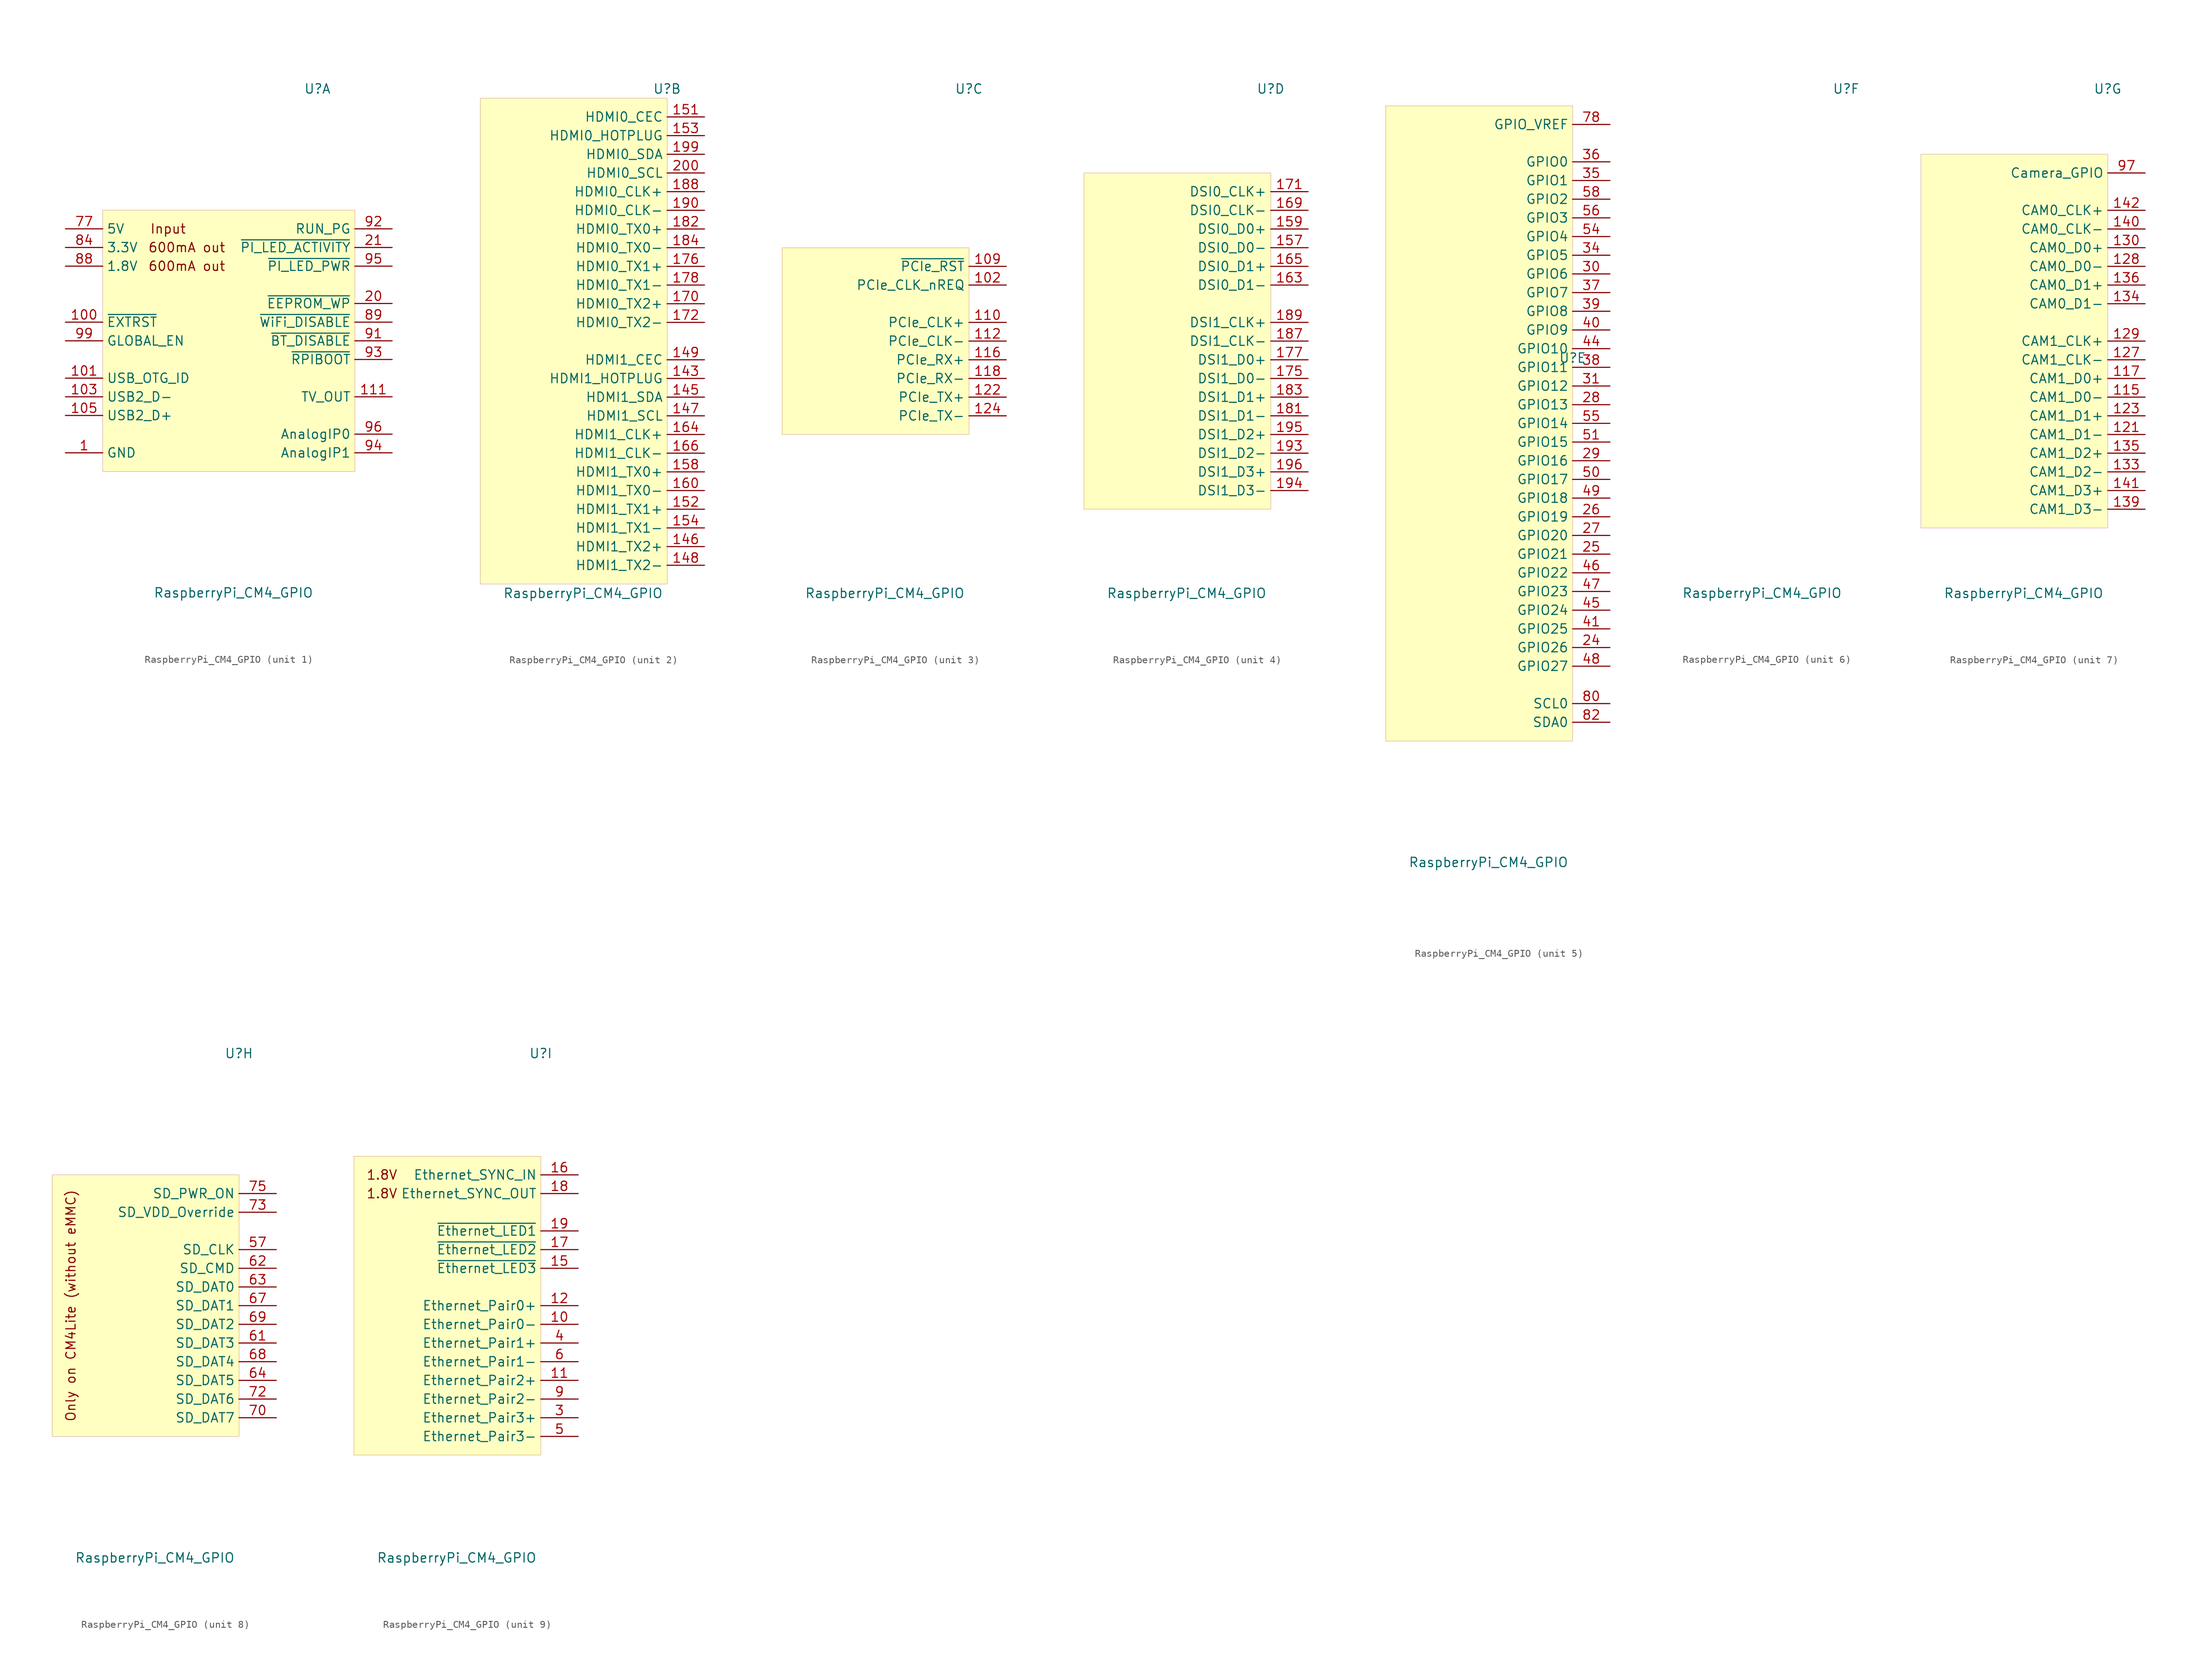
<source format=kicad_sym>
(kicad_symbol_lib
  (version 20201005)
  (generator kicad_symbol_editor)
  (symbol "MCU_Module_Extra:RaspberryPi_CM4_GPIO"
    (property "Reference" "U"
      (at 12.7 34.29 0)
      (effects (font (size 1.27 1.27))))
    (property "Value" "RaspberryPi_CM4_GPIO"
      (at 1.27 -34.29 0)
      (effects (font (size 1.27 1.27))))
    (property "ki_locked" ""
      (at 0 0 0)
      (effects (font (size 1.27 1.27))))
    (symbol "RaspberryPi_CM4_GPIO_1_0"
      (text "600mA out" (at -5.08 10.16 0) (effects (font (size 1.27 1.27))))
      (text "600mA out" (at -5.08 12.7 0) (effects (font (size 1.27 1.27))))
      (text "Input" (at -7.62 15.24 0) (effects (font (size 1.27 1.27))))
      (rectangle (start -16.51 17.78) (end 17.78 -17.78) (stroke (width 0.001)) (fill (type background))))
    (symbol "RaspberryPi_CM4_GPIO_1_1"
      (pin power_in line (at -21.59 -15.24 0) (length 5.08) (name "GND" (effects (font (size 1.27 1.27)))) (number "1" (effects (font (size 1.27 1.27)))))
      (pin output line (at -21.59 2.54 0) (length 5.08) (name "~EXTRST~" (effects (font (size 1.27 1.27)))) (number "100" (effects (font (size 1.27 1.27)))))
      (pin passive line (at -21.59 -15.24 0) (length 5.08) hide (name "GND" (effects (font (size 1.27 1.27)))) (number "13" (effects (font (size 1.27 1.27)))))
      (pin passive line (at -21.59 -15.24 0) (length 5.08) hide (name "GND" (effects (font (size 1.27 1.27)))) (number "14" (effects (font (size 1.27 1.27)))))
      (pin passive line (at -21.59 -15.24 0) (length 5.08) hide (name "GND" (effects (font (size 1.27 1.27)))) (number "2" (effects (font (size 1.27 1.27)))))
      (pin bidirectional line (at 22.86 5.08 180) (length 5.08) (name "~EEPROM_WP~" (effects (font (size 1.27 1.27)))) (number "20" (effects (font (size 1.27 1.27)))))
      (pin open_collector line (at 22.86 12.7 180) (length 5.08) (name "~PI_LED_ACTIVITY~" (effects (font (size 1.27 1.27)))) (number "21" (effects (font (size 1.27 1.27)))))
      (pin passive line (at -21.59 -15.24 0) (length 5.08) hide (name "GND" (effects (font (size 1.27 1.27)))) (number "22" (effects (font (size 1.27 1.27)))))
      (pin passive line (at -21.59 -15.24 0) (length 5.08) hide (name "GND" (effects (font (size 1.27 1.27)))) (number "23" (effects (font (size 1.27 1.27)))))
      (pin passive line (at -21.59 -15.24 0) (length 5.08) hide (name "GND" (effects (font (size 1.27 1.27)))) (number "32" (effects (font (size 1.27 1.27)))))
      (pin passive line (at -21.59 -15.24 0) (length 5.08) hide (name "GND" (effects (font (size 1.27 1.27)))) (number "33" (effects (font (size 1.27 1.27)))))
      (pin passive line (at -21.59 -15.24 0) (length 5.08) hide (name "GND" (effects (font (size 1.27 1.27)))) (number "42" (effects (font (size 1.27 1.27)))))
      (pin passive line (at -21.59 -15.24 0) (length 5.08) hide (name "GND" (effects (font (size 1.27 1.27)))) (number "43" (effects (font (size 1.27 1.27)))))
      (pin passive line (at -21.59 -15.24 0) (length 5.08) hide (name "GND" (effects (font (size 1.27 1.27)))) (number "52" (effects (font (size 1.27 1.27)))))
      (pin passive line (at -21.59 -15.24 0) (length 5.08) hide (name "GND" (effects (font (size 1.27 1.27)))) (number "53" (effects (font (size 1.27 1.27)))))
      (pin passive line (at -21.59 -15.24 0) (length 5.08) hide (name "GND" (effects (font (size 1.27 1.27)))) (number "59" (effects (font (size 1.27 1.27)))))
      (pin passive line (at -21.59 -15.24 0) (length 5.08) hide (name "GND" (effects (font (size 1.27 1.27)))) (number "60" (effects (font (size 1.27 1.27)))))
      (pin passive line (at -21.59 -15.24 0) (length 5.08) hide (name "GND" (effects (font (size 1.27 1.27)))) (number "65" (effects (font (size 1.27 1.27)))))
      (pin passive line (at -21.59 -15.24 0) (length 5.08) hide (name "GND" (effects (font (size 1.27 1.27)))) (number "66" (effects (font (size 1.27 1.27)))))
      (pin passive line (at -21.59 -15.24 0) (length 5.08) hide (name "GND" (effects (font (size 1.27 1.27)))) (number "7" (effects (font (size 1.27 1.27)))))
      (pin passive line (at -21.59 -15.24 0) (length 5.08) hide (name "GND" (effects (font (size 1.27 1.27)))) (number "71" (effects (font (size 1.27 1.27)))))
      (pin passive line (at -21.59 -15.24 0) (length 5.08) hide (name "GND" (effects (font (size 1.27 1.27)))) (number "74" (effects (font (size 1.27 1.27)))))
      (pin no_connect line (at -1.27 -10.16 0) (length 5.08) hide (name "Reserved" (effects (font (size 1.27 1.27)))) (number "76" (effects (font (size 1.27 1.27)))))
      (pin power_in line (at -21.59 15.24 0) (length 5.08) (name "5V" (effects (font (size 1.27 1.27)))) (number "77" (effects (font (size 1.27 1.27)))))
      (pin passive line (at -21.59 15.24 0) (length 5.08) hide (name "5V" (effects (font (size 1.27 1.27)))) (number "79" (effects (font (size 1.27 1.27)))))
      (pin passive line (at -21.59 -15.24 0) (length 5.08) hide (name "GND" (effects (font (size 1.27 1.27)))) (number "8" (effects (font (size 1.27 1.27)))))
      (pin passive line (at -21.59 15.24 0) (length 5.08) hide (name "5V" (effects (font (size 1.27 1.27)))) (number "81" (effects (font (size 1.27 1.27)))))
      (pin passive line (at -21.59 15.24 0) (length 5.08) hide (name "5V" (effects (font (size 1.27 1.27)))) (number "83" (effects (font (size 1.27 1.27)))))
      (pin power_out line (at -21.59 12.7 0) (length 5.08) (name "3.3V" (effects (font (size 1.27 1.27)))) (number "84" (effects (font (size 1.27 1.27)))))
      (pin passive line (at -21.59 15.24 0) (length 5.08) hide (name "5V" (effects (font (size 1.27 1.27)))) (number "85" (effects (font (size 1.27 1.27)))))
      (pin passive line (at -21.59 12.7 0) (length 5.08) hide (name "3.3V" (effects (font (size 1.27 1.27)))) (number "86" (effects (font (size 1.27 1.27)))))
      (pin passive line (at -21.59 15.24 0) (length 5.08) hide (name "5V" (effects (font (size 1.27 1.27)))) (number "87" (effects (font (size 1.27 1.27)))))
      (pin power_out line (at -21.59 10.16 0) (length 5.08) (name "1.8V" (effects (font (size 1.27 1.27)))) (number "88" (effects (font (size 1.27 1.27)))))
      (pin power_in line (at 22.86 2.54 180) (length 5.08) (name "~WiFi_DISABLE~" (effects (font (size 1.27 1.27)))) (number "89" (effects (font (size 1.27 1.27)))))
      (pin passive line (at -21.59 10.16 0) (length 5.08) hide (name "1.8V" (effects (font (size 1.27 1.27)))) (number "90" (effects (font (size 1.27 1.27)))))
      (pin input line (at 22.86 0 180) (length 5.08) (name "~BT_DISABLE~" (effects (font (size 1.27 1.27)))) (number "91" (effects (font (size 1.27 1.27)))))
      (pin bidirectional line (at 22.86 15.24 180) (length 5.08) (name "RUN_PG" (effects (font (size 1.27 1.27)))) (number "92" (effects (font (size 1.27 1.27)))))
      (pin input line (at 22.86 -2.54 180) (length 5.08) (name "~RPIBOOT~" (effects (font (size 1.27 1.27)))) (number "93" (effects (font (size 1.27 1.27)))))
      (pin output line (at 22.86 -15.24 180) (length 5.08) (name "AnalogIP1" (effects (font (size 1.27 1.27)))) (number "94" (effects (font (size 1.27 1.27)))))
      (pin output line (at 22.86 10.16 180) (length 5.08) (name "~PI_LED_PWR~" (effects (font (size 1.27 1.27)))) (number "95" (effects (font (size 1.27 1.27)))))
      (pin output line (at 22.86 -12.7 180) (length 5.08) (name "AnalogIP0" (effects (font (size 1.27 1.27)))) (number "96" (effects (font (size 1.27 1.27)))))
      (pin passive line (at -21.59 -15.24 0) (length 5.08) hide (name "GND" (effects (font (size 1.27 1.27)))) (number "98" (effects (font (size 1.27 1.27)))))
      (pin input line (at -21.59 0 0) (length 5.08) (name "GLOBAL_EN" (effects (font (size 1.27 1.27)))) (number "99" (effects (font (size 1.27 1.27)))))
      (pin input line (at -21.59 -5.08 0) (length 5.08) (name "USB_OTG_ID" (effects (font (size 1.27 1.27)))) (number "101" (effects (font (size 1.27 1.27)))))
      (pin passive line (at -21.59 -7.62 0) (length 5.08) (name "USB2_D-" (effects (font (size 1.27 1.27)))) (number "103" (effects (font (size 1.27 1.27)))))
      (pin no_connect line (at -1.27 -5.08 0) (length 5.08) hide (name "Reserved" (effects (font (size 1.27 1.27)))) (number "104" (effects (font (size 1.27 1.27)))))
      (pin passive line (at -21.59 -10.16 0) (length 5.08) (name "USB2_D+" (effects (font (size 1.27 1.27)))) (number "105" (effects (font (size 1.27 1.27)))))
      (pin no_connect line (at -1.27 -7.62 0) (length 5.08) hide (name "Reserved" (effects (font (size 1.27 1.27)))) (number "106" (effects (font (size 1.27 1.27)))))
      (pin passive line (at -21.59 -15.24 0) (length 5.08) hide (name "GND" (effects (font (size 1.27 1.27)))) (number "107" (effects (font (size 1.27 1.27)))))
      (pin passive line (at -21.59 -15.24 0) (length 5.08) hide (name "GND" (effects (font (size 1.27 1.27)))) (number "108" (effects (font (size 1.27 1.27)))))
      (pin passive line (at 22.86 -7.62 180) (length 5.08) (name "TV_OUT" (effects (font (size 1.27 1.27)))) (number "111" (effects (font (size 1.27 1.27)))))
      (pin passive line (at -21.59 -15.24 0) (length 5.08) hide (name "GND" (effects (font (size 1.27 1.27)))) (number "113" (effects (font (size 1.27 1.27)))))
      (pin passive line (at -21.59 -15.24 0) (length 5.08) hide (name "GND" (effects (font (size 1.27 1.27)))) (number "114" (effects (font (size 1.27 1.27)))))
      (pin passive line (at -21.59 -15.24 0) (length 5.08) hide (name "GND" (effects (font (size 1.27 1.27)))) (number "119" (effects (font (size 1.27 1.27)))))
      (pin passive line (at -21.59 -15.24 0) (length 5.08) hide (name "GND" (effects (font (size 1.27 1.27)))) (number "120" (effects (font (size 1.27 1.27)))))
      (pin passive line (at -21.59 -15.24 0) (length 5.08) hide (name "GND" (effects (font (size 1.27 1.27)))) (number "125" (effects (font (size 1.27 1.27)))))
      (pin passive line (at -21.59 -15.24 0) (length 5.08) hide (name "GND" (effects (font (size 1.27 1.27)))) (number "126" (effects (font (size 1.27 1.27)))))
      (pin passive line (at -21.59 -15.24 0) (length 5.08) hide (name "GND" (effects (font (size 1.27 1.27)))) (number "131" (effects (font (size 1.27 1.27)))))
      (pin passive line (at -21.59 -15.24 0) (length 5.08) hide (name "GND" (effects (font (size 1.27 1.27)))) (number "132" (effects (font (size 1.27 1.27)))))
      (pin passive line (at -21.59 -15.24 0) (length 5.08) hide (name "GND" (effects (font (size 1.27 1.27)))) (number "137" (effects (font (size 1.27 1.27)))))
      (pin passive line (at -21.59 -15.24 0) (length 5.08) hide (name "GND" (effects (font (size 1.27 1.27)))) (number "138" (effects (font (size 1.27 1.27)))))
      (pin passive line (at -21.59 -15.24 0) (length 5.08) hide (name "GND" (effects (font (size 1.27 1.27)))) (number "144" (effects (font (size 1.27 1.27)))))
      (pin passive line (at -21.59 -15.24 0) (length 5.08) hide (name "GND" (effects (font (size 1.27 1.27)))) (number "150" (effects (font (size 1.27 1.27)))))
      (pin passive line (at -21.59 -15.24 0) (length 5.08) hide (name "GND" (effects (font (size 1.27 1.27)))) (number "155" (effects (font (size 1.27 1.27)))))
      (pin passive line (at -21.59 -15.24 0) (length 5.08) hide (name "GND" (effects (font (size 1.27 1.27)))) (number "156" (effects (font (size 1.27 1.27)))))
      (pin passive line (at -21.59 -15.24 0) (length 5.08) hide (name "GND" (effects (font (size 1.27 1.27)))) (number "161" (effects (font (size 1.27 1.27)))))
      (pin passive line (at -21.59 -15.24 0) (length 5.08) hide (name "GND" (effects (font (size 1.27 1.27)))) (number "162" (effects (font (size 1.27 1.27)))))
      (pin passive line (at -21.59 -15.24 0) (length 5.08) hide (name "GND" (effects (font (size 1.27 1.27)))) (number "167" (effects (font (size 1.27 1.27)))))
      (pin passive line (at -21.59 -15.24 0) (length 5.08) hide (name "GND" (effects (font (size 1.27 1.27)))) (number "168" (effects (font (size 1.27 1.27)))))
      (pin passive line (at -21.59 -15.24 0) (length 5.08) hide (name "GND" (effects (font (size 1.27 1.27)))) (number "173" (effects (font (size 1.27 1.27)))))
      (pin passive line (at -21.59 -15.24 0) (length 5.08) hide (name "GND" (effects (font (size 1.27 1.27)))) (number "174" (effects (font (size 1.27 1.27)))))
      (pin passive line (at -21.59 -15.24 0) (length 5.08) hide (name "GND" (effects (font (size 1.27 1.27)))) (number "179" (effects (font (size 1.27 1.27)))))
      (pin passive line (at -21.59 -15.24 0) (length 5.08) hide (name "GND" (effects (font (size 1.27 1.27)))) (number "180" (effects (font (size 1.27 1.27)))))
      (pin passive line (at -21.59 -15.24 0) (length 5.08) hide (name "GND" (effects (font (size 1.27 1.27)))) (number "185" (effects (font (size 1.27 1.27)))))
      (pin passive line (at -21.59 -15.24 0) (length 5.08) hide (name "GND" (effects (font (size 1.27 1.27)))) (number "186" (effects (font (size 1.27 1.27)))))
      (pin passive line (at -21.59 -15.24 0) (length 5.08) hide (name "GND" (effects (font (size 1.27 1.27)))) (number "191" (effects (font (size 1.27 1.27)))))
      (pin passive line (at -21.59 -15.24 0) (length 5.08) hide (name "GND" (effects (font (size 1.27 1.27)))) (number "192" (effects (font (size 1.27 1.27)))))
      (pin passive line (at -21.59 -15.24 0) (length 5.08) hide (name "GND" (effects (font (size 1.27 1.27)))) (number "197" (effects (font (size 1.27 1.27)))))
      (pin passive line (at -21.59 -15.24 0) (length 5.08) hide (name "GND" (effects (font (size 1.27 1.27)))) (number "198" (effects (font (size 1.27 1.27))))))
    (symbol "RaspberryPi_CM4_GPIO_2_0"
      (rectangle (start -12.7 33.02) (end 12.7 -33.02) (stroke (width 0.001)) (fill (type background))))
    (symbol "RaspberryPi_CM4_GPIO_2_1"
      (pin input line (at 17.78 -5.08 180) (length 5.08) (name "HDMI1_HOTPLUG" (effects (font (size 1.27 1.27)))) (number "143" (effects (font (size 1.27 1.27)))))
      (pin bidirectional line (at 17.78 -7.62 180) (length 5.08) (name "HDMI1_SDA" (effects (font (size 1.27 1.27)))) (number "145" (effects (font (size 1.27 1.27)))))
      (pin output line (at 17.78 -27.94 180) (length 5.08) (name "HDMI1_TX2+" (effects (font (size 1.27 1.27)))) (number "146" (effects (font (size 1.27 1.27)))))
      (pin open_collector line (at 17.78 -10.16 180) (length 5.08) (name "HDMI1_SCL" (effects (font (size 1.27 1.27)))) (number "147" (effects (font (size 1.27 1.27)))))
      (pin output line (at 17.78 -30.48 180) (length 5.08) (name "HDMI1_TX2-" (effects (font (size 1.27 1.27)))) (number "148" (effects (font (size 1.27 1.27)))))
      (pin open_collector line (at 17.78 -2.54 180) (length 5.08) (name "HDMI1_CEC" (effects (font (size 1.27 1.27)))) (number "149" (effects (font (size 1.27 1.27)))))
      (pin open_collector line (at 17.78 30.48 180) (length 5.08) (name "HDMI0_CEC" (effects (font (size 1.27 1.27)))) (number "151" (effects (font (size 1.27 1.27)))))
      (pin output line (at 17.78 -22.86 180) (length 5.08) (name "HDMI1_TX1+" (effects (font (size 1.27 1.27)))) (number "152" (effects (font (size 1.27 1.27)))))
      (pin input line (at 17.78 27.94 180) (length 5.08) (name "HDMI0_HOTPLUG" (effects (font (size 1.27 1.27)))) (number "153" (effects (font (size 1.27 1.27)))))
      (pin output line (at 17.78 -25.4 180) (length 5.08) (name "HDMI1_TX1-" (effects (font (size 1.27 1.27)))) (number "154" (effects (font (size 1.27 1.27)))))
      (pin output line (at 17.78 -17.78 180) (length 5.08) (name "HDMI1_TX0+" (effects (font (size 1.27 1.27)))) (number "158" (effects (font (size 1.27 1.27)))))
      (pin output line (at 17.78 -20.32 180) (length 5.08) (name "HDMI1_TX0-" (effects (font (size 1.27 1.27)))) (number "160" (effects (font (size 1.27 1.27)))))
      (pin output line (at 17.78 -12.7 180) (length 5.08) (name "HDMI1_CLK+" (effects (font (size 1.27 1.27)))) (number "164" (effects (font (size 1.27 1.27)))))
      (pin output line (at 17.78 -15.24 180) (length 5.08) (name "HDMI1_CLK-" (effects (font (size 1.27 1.27)))) (number "166" (effects (font (size 1.27 1.27)))))
      (pin output line (at 17.78 5.08 180) (length 5.08) (name "HDMI0_TX2+" (effects (font (size 1.27 1.27)))) (number "170" (effects (font (size 1.27 1.27)))))
      (pin output line (at 17.78 2.54 180) (length 5.08) (name "HDMI0_TX2-" (effects (font (size 1.27 1.27)))) (number "172" (effects (font (size 1.27 1.27)))))
      (pin output line (at 17.78 10.16 180) (length 5.08) (name "HDMI0_TX1+" (effects (font (size 1.27 1.27)))) (number "176" (effects (font (size 1.27 1.27)))))
      (pin output line (at 17.78 7.62 180) (length 5.08) (name "HDMI0_TX1-" (effects (font (size 1.27 1.27)))) (number "178" (effects (font (size 1.27 1.27)))))
      (pin output line (at 17.78 15.24 180) (length 5.08) (name "HDMI0_TX0+" (effects (font (size 1.27 1.27)))) (number "182" (effects (font (size 1.27 1.27)))))
      (pin output line (at 17.78 12.7 180) (length 5.08) (name "HDMI0_TX0-" (effects (font (size 1.27 1.27)))) (number "184" (effects (font (size 1.27 1.27)))))
      (pin output line (at 17.78 20.32 180) (length 5.08) (name "HDMI0_CLK+" (effects (font (size 1.27 1.27)))) (number "188" (effects (font (size 1.27 1.27)))))
      (pin output line (at 17.78 17.78 180) (length 5.08) (name "HDMI0_CLK-" (effects (font (size 1.27 1.27)))) (number "190" (effects (font (size 1.27 1.27)))))
      (pin bidirectional line (at 17.78 25.4 180) (length 5.08) (name "HDMI0_SDA" (effects (font (size 1.27 1.27)))) (number "199" (effects (font (size 1.27 1.27)))))
      (pin open_collector line (at 17.78 22.86 180) (length 5.08) (name "HDMI0_SCL" (effects (font (size 1.27 1.27)))) (number "200" (effects (font (size 1.27 1.27))))))
    (symbol "RaspberryPi_CM4_GPIO_3_0"
      (rectangle (start -12.7 12.7) (end 12.7 -12.7) (stroke (width 0.001)) (fill (type background))))
    (symbol "RaspberryPi_CM4_GPIO_3_1"
      (pin input line (at 17.78 7.62 180) (length 5.08) (name "PCIe_CLK_nREQ" (effects (font (size 1.27 1.27)))) (number "102" (effects (font (size 1.27 1.27)))))
      (pin bidirectional line (at 17.78 10.16 180) (length 5.08) (name "~PCIe_RST~" (effects (font (size 1.27 1.27)))) (number "109" (effects (font (size 1.27 1.27)))))
      (pin output line (at 17.78 2.54 180) (length 5.08) (name "PCIe_CLK+" (effects (font (size 1.27 1.27)))) (number "110" (effects (font (size 1.27 1.27)))))
      (pin output line (at 17.78 0 180) (length 5.08) (name "PCIe_CLK-" (effects (font (size 1.27 1.27)))) (number "112" (effects (font (size 1.27 1.27)))))
      (pin input line (at 17.78 -2.54 180) (length 5.08) (name "PCIe_RX+" (effects (font (size 1.27 1.27)))) (number "116" (effects (font (size 1.27 1.27)))))
      (pin input line (at 17.78 -5.08 180) (length 5.08) (name "PCIe_RX-" (effects (font (size 1.27 1.27)))) (number "118" (effects (font (size 1.27 1.27)))))
      (pin output line (at 17.78 -7.62 180) (length 5.08) (name "PCIe_TX+" (effects (font (size 1.27 1.27)))) (number "122" (effects (font (size 1.27 1.27)))))
      (pin output line (at 17.78 -10.16 180) (length 5.08) (name "PCIe_TX-" (effects (font (size 1.27 1.27)))) (number "124" (effects (font (size 1.27 1.27))))))
    (symbol "RaspberryPi_CM4_GPIO_4_0"
      (rectangle (start -12.7 22.86) (end 12.7 -22.86) (stroke (width 0.001)) (fill (type background))))
    (symbol "RaspberryPi_CM4_GPIO_4_1"
      (pin bidirectional line (at 17.78 12.7 180) (length 5.08) (name "DSI0_D0-" (effects (font (size 1.27 1.27)))) (number "157" (effects (font (size 1.27 1.27)))))
      (pin bidirectional line (at 17.78 15.24 180) (length 5.08) (name "DSI0_D0+" (effects (font (size 1.27 1.27)))) (number "159" (effects (font (size 1.27 1.27)))))
      (pin bidirectional line (at 17.78 7.62 180) (length 5.08) (name "DSI0_D1-" (effects (font (size 1.27 1.27)))) (number "163" (effects (font (size 1.27 1.27)))))
      (pin bidirectional line (at 17.78 10.16 180) (length 5.08) (name "DSI0_D1+" (effects (font (size 1.27 1.27)))) (number "165" (effects (font (size 1.27 1.27)))))
      (pin open_collector line (at 17.78 17.78 180) (length 5.08) (name "DSI0_CLK-" (effects (font (size 1.27 1.27)))) (number "169" (effects (font (size 1.27 1.27)))))
      (pin open_collector line (at 17.78 20.32 180) (length 5.08) (name "DSI0_CLK+" (effects (font (size 1.27 1.27)))) (number "171" (effects (font (size 1.27 1.27)))))
      (pin bidirectional line (at 17.78 -5.08 180) (length 5.08) (name "DSI1_D0-" (effects (font (size 1.27 1.27)))) (number "175" (effects (font (size 1.27 1.27)))))
      (pin bidirectional line (at 17.78 -2.54 180) (length 5.08) (name "DSI1_D0+" (effects (font (size 1.27 1.27)))) (number "177" (effects (font (size 1.27 1.27)))))
      (pin bidirectional line (at 17.78 -10.16 180) (length 5.08) (name "DSI1_D1-" (effects (font (size 1.27 1.27)))) (number "181" (effects (font (size 1.27 1.27)))))
      (pin bidirectional line (at 17.78 -7.62 180) (length 5.08) (name "DSI1_D1+" (effects (font (size 1.27 1.27)))) (number "183" (effects (font (size 1.27 1.27)))))
      (pin bidirectional line (at 17.78 0 180) (length 5.08) (name "DSI1_CLK-" (effects (font (size 1.27 1.27)))) (number "187" (effects (font (size 1.27 1.27)))))
      (pin bidirectional line (at 17.78 2.54 180) (length 5.08) (name "DSI1_CLK+" (effects (font (size 1.27 1.27)))) (number "189" (effects (font (size 1.27 1.27)))))
      (pin bidirectional line (at 17.78 -15.24 180) (length 5.08) (name "DSI1_D2-" (effects (font (size 1.27 1.27)))) (number "193" (effects (font (size 1.27 1.27)))))
      (pin bidirectional line (at 17.78 -20.32 180) (length 5.08) (name "DSI1_D3-" (effects (font (size 1.27 1.27)))) (number "194" (effects (font (size 1.27 1.27)))))
      (pin bidirectional line (at 17.78 -12.7 180) (length 5.08) (name "DSI1_D2+" (effects (font (size 1.27 1.27)))) (number "195" (effects (font (size 1.27 1.27)))))
      (pin bidirectional line (at 17.78 -17.78 180) (length 5.08) (name "DSI1_D3+" (effects (font (size 1.27 1.27)))) (number "196" (effects (font (size 1.27 1.27))))))
    (symbol "RaspberryPi_CM4_GPIO_5_0"
      (rectangle (start -12.7 68.58) (end 12.7 -17.78) (stroke (width 0.001)) (fill (type background))))
    (symbol "RaspberryPi_CM4_GPIO_5_1"
      (pin bidirectional line (at 17.78 -5.08 180) (length 5.08) (name "GPIO26" (effects (font (size 1.27 1.27)))) (number "24" (effects (font (size 1.27 1.27)))))
      (pin bidirectional line (at 17.78 -2.54 180) (length 5.08) (name "GPIO25" (effects (font (size 1.27 1.27)))) (number "41" (effects (font (size 1.27 1.27)))))
      (pin bidirectional line (at 17.78 0 180) (length 5.08) (name "GPIO24" (effects (font (size 1.27 1.27)))) (number "45" (effects (font (size 1.27 1.27)))))
      (pin bidirectional line (at 17.78 5.08 180) (length 5.08) (name "GPIO22" (effects (font (size 1.27 1.27)))) (number "46" (effects (font (size 1.27 1.27)))))
      (pin bidirectional line (at 17.78 2.54 180) (length 5.08) (name "GPIO23" (effects (font (size 1.27 1.27)))) (number "47" (effects (font (size 1.27 1.27)))))
      (pin bidirectional line (at 17.78 -7.62 180) (length 5.08) (name "GPIO27" (effects (font (size 1.27 1.27)))) (number "48" (effects (font (size 1.27 1.27)))))
      (pin power_in line (at 17.78 66.04 180) (length 5.08) (name "GPIO_VREF" (effects (font (size 1.27 1.27)))) (number "78" (effects (font (size 1.27 1.27)))))
      (pin passive line (at 17.78 -12.7 180) (length 5.08) (name "SCL0" (effects (font (size 1.27 1.27)))) (number "80" (effects (font (size 1.27 1.27)))))
      (pin passive line (at 17.78 -15.24 180) (length 5.08) (name "SDA0" (effects (font (size 1.27 1.27)))) (number "82" (effects (font (size 1.27 1.27)))))
      (pin bidirectional line (at 17.78 7.62 180) (length 5.08) (name "GPIO21" (effects (font (size 1.27 1.27)))) (number "25" (effects (font (size 1.27 1.27)))))
      (pin bidirectional line (at 17.78 12.7 180) (length 5.08) (name "GPIO19" (effects (font (size 1.27 1.27)))) (number "26" (effects (font (size 1.27 1.27)))))
      (pin bidirectional line (at 17.78 10.16 180) (length 5.08) (name "GPIO20" (effects (font (size 1.27 1.27)))) (number "27" (effects (font (size 1.27 1.27)))))
      (pin bidirectional line (at 17.78 27.94 180) (length 5.08) (name "GPIO13" (effects (font (size 1.27 1.27)))) (number "28" (effects (font (size 1.27 1.27)))))
      (pin bidirectional line (at 17.78 20.32 180) (length 5.08) (name "GPIO16" (effects (font (size 1.27 1.27)))) (number "29" (effects (font (size 1.27 1.27)))))
      (pin bidirectional line (at 17.78 45.72 180) (length 5.08) (name "GPIO6" (effects (font (size 1.27 1.27)))) (number "30" (effects (font (size 1.27 1.27)))))
      (pin bidirectional line (at 17.78 30.48 180) (length 5.08) (name "GPIO12" (effects (font (size 1.27 1.27)))) (number "31" (effects (font (size 1.27 1.27)))))
      (pin bidirectional line (at 17.78 48.26 180) (length 5.08) (name "GPIO5" (effects (font (size 1.27 1.27)))) (number "34" (effects (font (size 1.27 1.27)))))
      (pin bidirectional line (at 17.78 58.42 180) (length 5.08) (name "GPIO1" (effects (font (size 1.27 1.27)))) (number "35" (effects (font (size 1.27 1.27)))))
      (pin bidirectional line (at 17.78 60.96 180) (length 5.08) (name "GPIO0" (effects (font (size 1.27 1.27)))) (number "36" (effects (font (size 1.27 1.27)))))
      (pin bidirectional line (at 17.78 43.18 180) (length 5.08) (name "GPIO7" (effects (font (size 1.27 1.27)))) (number "37" (effects (font (size 1.27 1.27)))))
      (pin bidirectional line (at 17.78 33.02 180) (length 5.08) (name "GPIO11" (effects (font (size 1.27 1.27)))) (number "38" (effects (font (size 1.27 1.27)))))
      (pin bidirectional line (at 17.78 40.64 180) (length 5.08) (name "GPIO8" (effects (font (size 1.27 1.27)))) (number "39" (effects (font (size 1.27 1.27)))))
      (pin bidirectional line (at 17.78 38.1 180) (length 5.08) (name "GPIO9" (effects (font (size 1.27 1.27)))) (number "40" (effects (font (size 1.27 1.27)))))
      (pin bidirectional line (at 17.78 35.56 180) (length 5.08) (name "GPIO10" (effects (font (size 1.27 1.27)))) (number "44" (effects (font (size 1.27 1.27)))))
      (pin bidirectional line (at 17.78 15.24 180) (length 5.08) (name "GPIO18" (effects (font (size 1.27 1.27)))) (number "49" (effects (font (size 1.27 1.27)))))
      (pin bidirectional line (at 17.78 17.78 180) (length 5.08) (name "GPIO17" (effects (font (size 1.27 1.27)))) (number "50" (effects (font (size 1.27 1.27)))))
      (pin bidirectional line (at 17.78 22.86 180) (length 5.08) (name "GPIO15" (effects (font (size 1.27 1.27)))) (number "51" (effects (font (size 1.27 1.27)))))
      (pin bidirectional line (at 17.78 50.8 180) (length 5.08) (name "GPIO4" (effects (font (size 1.27 1.27)))) (number "54" (effects (font (size 1.27 1.27)))))
      (pin bidirectional line (at 17.78 25.4 180) (length 5.08) (name "GPIO14" (effects (font (size 1.27 1.27)))) (number "55" (effects (font (size 1.27 1.27)))))
      (pin bidirectional line (at 17.78 53.34 180) (length 5.08) (name "GPIO3" (effects (font (size 1.27 1.27)))) (number "56" (effects (font (size 1.27 1.27)))))
      (pin bidirectional line (at 17.78 55.88 180) (length 5.08) (name "GPIO2" (effects (font (size 1.27 1.27)))) (number "58" (effects (font (size 1.27 1.27))))))
    (symbol "RaspberryPi_CM4_GPIO_7_0"
      (rectangle (start -12.7 25.4) (end 12.7 -25.4) (stroke (width 0.001)) (fill (type background))))
    (symbol "RaspberryPi_CM4_GPIO_7_1"
      (pin bidirectional line (at 17.78 22.86 180) (length 5.08) (name "Camera_GPIO" (effects (font (size 1.27 1.27)))) (number "97" (effects (font (size 1.27 1.27)))))
      (pin bidirectional line (at 17.78 -7.62 180) (length 5.08) (name "CAM1_D0-" (effects (font (size 1.27 1.27)))) (number "115" (effects (font (size 1.27 1.27)))))
      (pin bidirectional line (at 17.78 -5.08 180) (length 5.08) (name "CAM1_D0+" (effects (font (size 1.27 1.27)))) (number "117" (effects (font (size 1.27 1.27)))))
      (pin bidirectional line (at 17.78 -12.7 180) (length 5.08) (name "CAM1_D1-" (effects (font (size 1.27 1.27)))) (number "121" (effects (font (size 1.27 1.27)))))
      (pin bidirectional line (at 17.78 -10.16 180) (length 5.08) (name "CAM1_D1+" (effects (font (size 1.27 1.27)))) (number "123" (effects (font (size 1.27 1.27)))))
      (pin output line (at 17.78 -2.54 180) (length 5.08) (name "CAM1_CLK-" (effects (font (size 1.27 1.27)))) (number "127" (effects (font (size 1.27 1.27)))))
      (pin bidirectional line (at 17.78 10.16 180) (length 5.08) (name "CAM0_D0-" (effects (font (size 1.27 1.27)))) (number "128" (effects (font (size 1.27 1.27)))))
      (pin output line (at 17.78 0 180) (length 5.08) (name "CAM1_CLK+" (effects (font (size 1.27 1.27)))) (number "129" (effects (font (size 1.27 1.27)))))
      (pin bidirectional line (at 17.78 12.7 180) (length 5.08) (name "CAM0_D0+" (effects (font (size 1.27 1.27)))) (number "130" (effects (font (size 1.27 1.27)))))
      (pin bidirectional line (at 17.78 -17.78 180) (length 5.08) (name "CAM1_D2-" (effects (font (size 1.27 1.27)))) (number "133" (effects (font (size 1.27 1.27)))))
      (pin bidirectional line (at 17.78 5.08 180) (length 5.08) (name "CAM0_D1-" (effects (font (size 1.27 1.27)))) (number "134" (effects (font (size 1.27 1.27)))))
      (pin bidirectional line (at 17.78 -15.24 180) (length 5.08) (name "CAM1_D2+" (effects (font (size 1.27 1.27)))) (number "135" (effects (font (size 1.27 1.27)))))
      (pin bidirectional line (at 17.78 7.62 180) (length 5.08) (name "CAM0_D1+" (effects (font (size 1.27 1.27)))) (number "136" (effects (font (size 1.27 1.27)))))
      (pin bidirectional line (at 17.78 -22.86 180) (length 5.08) (name "CAM1_D3-" (effects (font (size 1.27 1.27)))) (number "139" (effects (font (size 1.27 1.27)))))
      (pin output line (at 17.78 15.24 180) (length 5.08) (name "CAM0_CLK-" (effects (font (size 1.27 1.27)))) (number "140" (effects (font (size 1.27 1.27)))))
      (pin bidirectional line (at 17.78 -20.32 180) (length 5.08) (name "CAM1_D3+" (effects (font (size 1.27 1.27)))) (number "141" (effects (font (size 1.27 1.27)))))
      (pin output line (at 17.78 17.78 180) (length 5.08) (name "CAM0_CLK+" (effects (font (size 1.27 1.27)))) (number "142" (effects (font (size 1.27 1.27))))))
    (symbol "RaspberryPi_CM4_GPIO_8_0"
      (text "Only on CM4Lite (without eMMC)" (at -10.16 0 900) (effects (font (size 1.27 1.27))))
      (rectangle (start -12.7 17.78) (end 12.7 -17.78) (stroke (width 0.001)) (fill (type background))))
    (symbol "RaspberryPi_CM4_GPIO_8_1"
      (pin passive line (at 17.78 7.62 180) (length 5.08) (name "SD_CLK" (effects (font (size 1.27 1.27)))) (number "57" (effects (font (size 1.27 1.27)))))
      (pin passive line (at 17.78 -5.08 180) (length 5.08) (name "SD_DAT3" (effects (font (size 1.27 1.27)))) (number "61" (effects (font (size 1.27 1.27)))))
      (pin passive line (at 17.78 5.08 180) (length 5.08) (name "SD_CMD" (effects (font (size 1.27 1.27)))) (number "62" (effects (font (size 1.27 1.27)))))
      (pin passive line (at 17.78 2.54 180) (length 5.08) (name "SD_DAT0" (effects (font (size 1.27 1.27)))) (number "63" (effects (font (size 1.27 1.27)))))
      (pin passive line (at 17.78 -10.16 180) (length 5.08) (name "SD_DAT5" (effects (font (size 1.27 1.27)))) (number "64" (effects (font (size 1.27 1.27)))))
      (pin passive line (at 17.78 0 180) (length 5.08) (name "SD_DAT1" (effects (font (size 1.27 1.27)))) (number "67" (effects (font (size 1.27 1.27)))))
      (pin passive line (at 17.78 -7.62 180) (length 5.08) (name "SD_DAT4" (effects (font (size 1.27 1.27)))) (number "68" (effects (font (size 1.27 1.27)))))
      (pin passive line (at 17.78 -2.54 180) (length 5.08) (name "SD_DAT2" (effects (font (size 1.27 1.27)))) (number "69" (effects (font (size 1.27 1.27)))))
      (pin passive line (at 17.78 -15.24 180) (length 5.08) (name "SD_DAT7" (effects (font (size 1.27 1.27)))) (number "70" (effects (font (size 1.27 1.27)))))
      (pin passive line (at 17.78 -12.7 180) (length 5.08) (name "SD_DAT6" (effects (font (size 1.27 1.27)))) (number "72" (effects (font (size 1.27 1.27)))))
      (pin input line (at 17.78 12.7 180) (length 5.08) (name "SD_VDD_Override" (effects (font (size 1.27 1.27)))) (number "73" (effects (font (size 1.27 1.27)))))
      (pin output line (at 17.78 15.24 180) (length 5.08) (name "SD_PWR_ON" (effects (font (size 1.27 1.27)))) (number "75" (effects (font (size 1.27 1.27))))))
    (symbol "RaspberryPi_CM4_GPIO_9_0"
      (text "1.8V" (at -8.89 15.24 0) (effects (font (size 1.27 1.27))))
      (text "1.8V" (at -8.89 17.78 0) (effects (font (size 1.27 1.27))))
      (rectangle (start 12.7 20.32) (end -12.7 -20.32) (stroke (width 0.001)) (fill (type background))))
    (symbol "RaspberryPi_CM4_GPIO_9_1"
      (pin bidirectional line (at 17.78 -2.54 180) (length 5.08) (name "Ethernet_Pair0-" (effects (font (size 1.27 1.27)))) (number "10" (effects (font (size 1.27 1.27)))))
      (pin bidirectional line (at 17.78 -10.16 180) (length 5.08) (name "Ethernet_Pair2+" (effects (font (size 1.27 1.27)))) (number "11" (effects (font (size 1.27 1.27)))))
      (pin bidirectional line (at 17.78 0 180) (length 5.08) (name "Ethernet_Pair0+" (effects (font (size 1.27 1.27)))) (number "12" (effects (font (size 1.27 1.27)))))
      (pin output line (at 17.78 5.08 180) (length 5.08) (name "~Ethernet_LED3~" (effects (font (size 1.27 1.27)))) (number "15" (effects (font (size 1.27 1.27)))))
      (pin input line (at 17.78 17.78 180) (length 5.08) (name "Ethernet_SYNC_IN" (effects (font (size 1.27 1.27)))) (number "16" (effects (font (size 1.27 1.27)))))
      (pin output line (at 17.78 7.62 180) (length 5.08) (name "~Ethernet_LED2~" (effects (font (size 1.27 1.27)))) (number "17" (effects (font (size 1.27 1.27)))))
      (pin input line (at 17.78 15.24 180) (length 5.08) (name "Ethernet_SYNC_OUT" (effects (font (size 1.27 1.27)))) (number "18" (effects (font (size 1.27 1.27)))))
      (pin output line (at 17.78 10.16 180) (length 5.08) (name "~Ethernet_LED1~" (effects (font (size 1.27 1.27)))) (number "19" (effects (font (size 1.27 1.27)))))
      (pin bidirectional line (at 17.78 -15.24 180) (length 5.08) (name "Ethernet_Pair3+" (effects (font (size 1.27 1.27)))) (number "3" (effects (font (size 1.27 1.27)))))
      (pin bidirectional line (at 17.78 -5.08 180) (length 5.08) (name "Ethernet_Pair1+" (effects (font (size 1.27 1.27)))) (number "4" (effects (font (size 1.27 1.27)))))
      (pin bidirectional line (at 17.78 -17.78 180) (length 5.08) (name "Ethernet_Pair3-" (effects (font (size 1.27 1.27)))) (number "5" (effects (font (size 1.27 1.27)))))
      (pin bidirectional line (at 17.78 -7.62 180) (length 5.08) (name "Ethernet_Pair1-" (effects (font (size 1.27 1.27)))) (number "6" (effects (font (size 1.27 1.27)))))
      (pin bidirectional line (at 17.78 -12.7 180) (length 5.08) (name "Ethernet_Pair2-" (effects (font (size 1.27 1.27)))) (number "9" (effects (font (size 1.27 1.27))))))))
</source>
